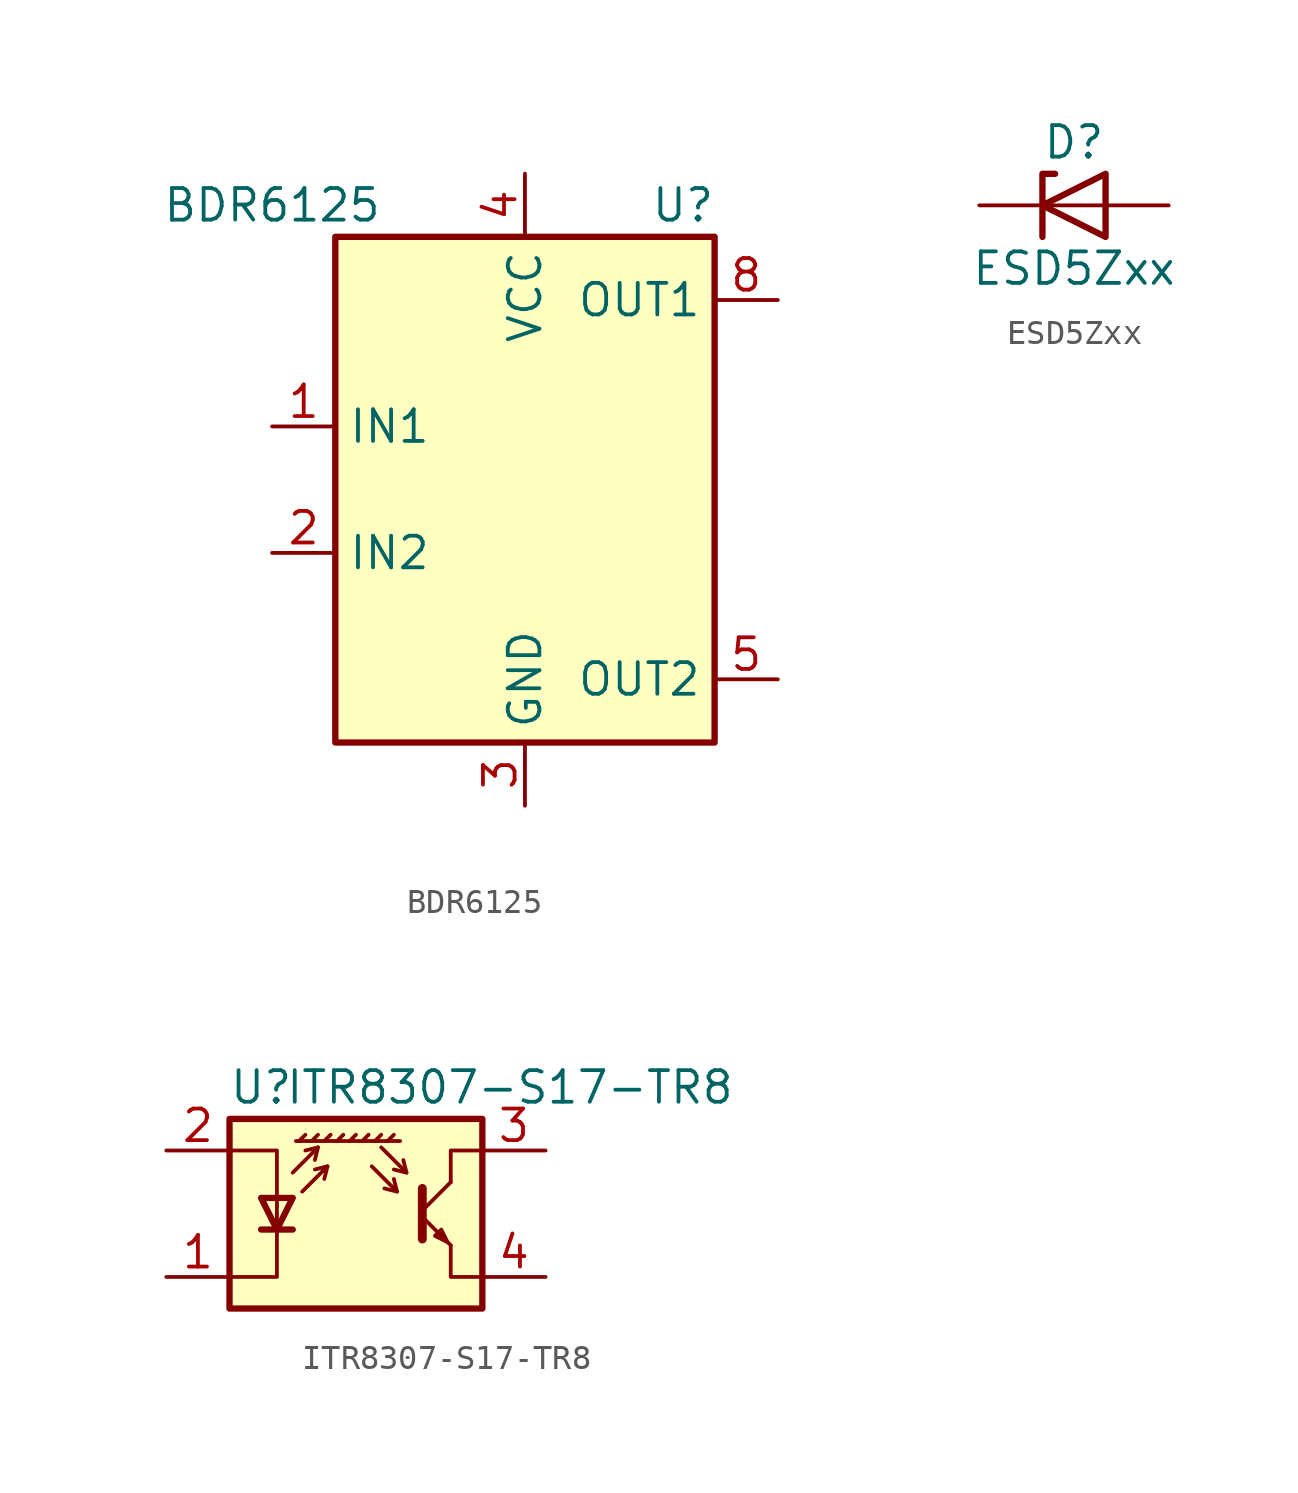
<source format=kicad_sym>
(kicad_symbol_lib
  (version 20220914)
  (generator kicad_symbol_editor)
  (symbol "BDR6125"
    (property "Reference" "U"
      (at 6.35 11.43 0)
      (effects (font (size 1.27 1.27))))
    (property "Value" "BDR6125"
      (at -10.16 11.43 0)
      (effects (font (size 1.27 1.27))))
    (symbol "BDR6125_0_1"
      (rectangle (start -7.62 10.16) (end 7.62 -10.16) (stroke (width 0.254) (type default)) (fill (type background))))
    (symbol "BDR6125_1_1"
      (pin input line (at -10.16 2.54 0) (length 2.54) (name "IN1" (effects (font (size 1.27 1.27)))) (number "1" (effects (font (size 1.27 1.27)))))
      (pin input line (at -10.16 -2.54 0) (length 2.54) (name "IN2" (effects (font (size 1.27 1.27)))) (number "2" (effects (font (size 1.27 1.27)))))
      (pin power_in line (at 0 -12.7 90) (length 2.54) (name "GND" (effects (font (size 1.27 1.27)))) (number "3" (effects (font (size 1.27 1.27)))))
      (pin power_in line (at 0 12.7 270) (length 2.54) (name "VCC" (effects (font (size 1.27 1.27)))) (number "4" (effects (font (size 1.27 1.27)))))
      (pin output line (at 10.16 -7.62 180) (length 2.54) (name "OUT2" (effects (font (size 1.27 1.27)))) (number "5" (effects (font (size 1.27 1.27)))))
      (pin output line (at 10.16 -7.62 180) (length 2.54) hide (name "OUT2" (effects (font (size 1.27 1.27)))) (number "6" (effects (font (size 1.27 1.27)))))
      (pin output line (at 10.16 7.62 180) (length 2.54) hide (name "OUT1" (effects (font (size 1.27 1.27)))) (number "7" (effects (font (size 1.27 1.27)))))
      (pin output line (at 10.16 7.62 180) (length 2.54) (name "OUT1" (effects (font (size 1.27 1.27)))) (number "8" (effects (font (size 1.27 1.27)))))))
  (symbol "ESD5Zxx"
    (pin_numbers hide)
    (pin_names hide)
    (property "Reference" "D"
      (at 0 2.54 0)
      (effects (font (size 1.27 1.27))))
    (property "Value" "ESD5Zxx"
      (at 0 -2.54 0)
      (effects (font (size 1.27 1.27))))
    (symbol "ESD5Zxx_0_1"
      (polyline (pts (xy 1.27 0) (xy -1.27 0)) (stroke (width 0) (type default)) (fill (type none)))
      (polyline (pts (xy -1.27 -1.27) (xy -1.27 1.27) (xy -0.762 1.27)) (stroke (width 0.254) (type default)) (fill (type none)))
      (polyline (pts (xy 1.27 -1.27) (xy 1.27 1.27) (xy -1.27 0) (xy 1.27 -1.27)) (stroke (width 0.254) (type default)) (fill (type none))))
    (symbol "ESD5Zxx_1_1"
      (pin passive line (at -3.81 0 0) (length 2.54) (name "K" (effects (font (size 1.27 1.27)))) (number "1" (effects (font (size 1.27 1.27)))))
      (pin passive line (at 3.81 0 180) (length 2.54) (name "A" (effects (font (size 1.27 1.27)))) (number "2" (effects (font (size 1.27 1.27)))))))
  (symbol "ITR8307-S17-TR8"
    (pin_names
      (offset 0.025) hide)
    (property "Reference" "U"
      (at -3.81 5.08 0)
      (effects (font (size 1.27 1.27))))
    (property "Value" "ITR8307-S17-TR8"
      (at 15.24 5.08 0)
      (effects (font (size 1.27 1.27)) (justify right)))
    (symbol "ITR8307-S17-TR8_0_1"
      (polyline (pts (xy -3.81 -0.635) (xy -2.54 -0.635)) (stroke (width 0.254) (type default)) (fill (type none)))
      (polyline (pts (xy -2.286 2.921) (xy -2.032 3.175)) (stroke (width 0) (type default)) (fill (type none)))
      (polyline (pts (xy -1.778 2.921) (xy -1.524 3.175)) (stroke (width 0) (type default)) (fill (type none)))
      (polyline (pts (xy -1.524 2.667) (xy -1.651 2.159)) (stroke (width 0) (type default)) (fill (type none)))
      (polyline (pts (xy -1.27 2.921) (xy -1.016 3.175)) (stroke (width 0) (type default)) (fill (type none)))
      (polyline (pts (xy -1.143 1.905) (xy -1.27 1.397)) (stroke (width 0) (type default)) (fill (type none)))
      (polyline (pts (xy -0.762 2.921) (xy -0.508 3.175)) (stroke (width 0) (type default)) (fill (type none)))
      (polyline (pts (xy -0.254 2.921) (xy 0 3.175)) (stroke (width 0) (type default)) (fill (type none)))
      (polyline (pts (xy 0.254 2.921) (xy 0.508 3.175)) (stroke (width 0) (type default)) (fill (type none)))
      (polyline (pts (xy 0.762 2.921) (xy 1.016 3.175)) (stroke (width 0) (type default)) (fill (type none)))
      (polyline (pts (xy 1.27 2.921) (xy 1.524 3.175)) (stroke (width 0) (type default)) (fill (type none)))
      (polyline (pts (xy 1.651 0.889) (xy 1.143 1.016)) (stroke (width 0) (type default)) (fill (type none)))
      (polyline (pts (xy 1.778 2.921) (xy -2.413 2.921)) (stroke (width 0) (type default)) (fill (type none)))
      (polyline (pts (xy 2.032 1.651) (xy 1.524 1.778)) (stroke (width 0) (type default)) (fill (type none)))
      (polyline (pts (xy 2.667 -0.127) (xy 3.81 -1.27)) (stroke (width 0) (type default)) (fill (type none)))
      (polyline (pts (xy 2.667 0.127) (xy 3.81 1.27)) (stroke (width 0) (type default)) (fill (type none)))
      (polyline (pts (xy -2.54 1.651) (xy -1.524 2.667) (xy -2.032 2.54)) (stroke (width 0) (type default)) (fill (type none)))
      (polyline (pts (xy -2.159 0.889) (xy -1.143 1.905) (xy -1.651 1.778)) (stroke (width 0) (type default)) (fill (type none)))
      (polyline (pts (xy 0.635 1.905) (xy 1.651 0.889) (xy 1.524 1.397)) (stroke (width 0) (type default)) (fill (type none)))
      (polyline (pts (xy 1.016 2.667) (xy 2.032 1.651) (xy 1.905 2.159)) (stroke (width 0) (type default)) (fill (type none)))
      (polyline (pts (xy 2.667 1.016) (xy 2.667 -1.016) (xy 2.667 -1.016)) (stroke (width 0.356) (type default)) (fill (type none)))
      (polyline (pts (xy 3.81 -1.27) (xy 3.81 -2.54) (xy 5.08 -2.54)) (stroke (width 0) (type default)) (fill (type none)))
      (polyline (pts (xy 3.81 1.27) (xy 3.81 2.54) (xy 5.08 2.54)) (stroke (width 0) (type default)) (fill (type none)))
      (polyline (pts (xy -5.08 -2.54) (xy -3.175 -2.54) (xy -3.175 2.54) (xy -5.08 2.54)) (stroke (width 0) (type default)) (fill (type none)))
      (polyline (pts (xy -3.175 -0.635) (xy -3.81 0.635) (xy -2.54 0.635) (xy -3.175 -0.635)) (stroke (width 0.254) (type default)) (fill (type none)))
      (polyline (pts (xy 3.683 -1.143) (xy 3.429 -0.635) (xy 3.175 -0.889) (xy 3.683 -1.143)) (stroke (width 0) (type default)) (fill (type none)))
      (polyline (pts (xy -5.08 -3.81) (xy 5.08 -3.81) (xy 5.08 3.81) (xy -5.08 3.81) (xy -5.08 -3.81)) (stroke (width 0.254) (type default)) (fill (type background))))
    (symbol "ITR8307-S17-TR8_1_1"
      (pin passive line (at -7.62 -2.54 0) (length 2.54) (name "K" (effects (font (size 1.27 1.27)))) (number "1" (effects (font (size 1.27 1.27)))))
      (pin passive line (at -7.62 2.54 0) (length 2.54) (name "A" (effects (font (size 1.27 1.27)))) (number "2" (effects (font (size 1.27 1.27)))))
      (pin open_collector line (at 7.62 2.54 180) (length 2.54) (name "~" (effects (font (size 1.27 1.27)))) (number "3" (effects (font (size 1.27 1.27)))))
      (pin open_emitter line (at 7.62 -2.54 180) (length 2.54) (name "~" (effects (font (size 1.27 1.27)))) (number "4" (effects (font (size 1.27 1.27))))))))
</source>
